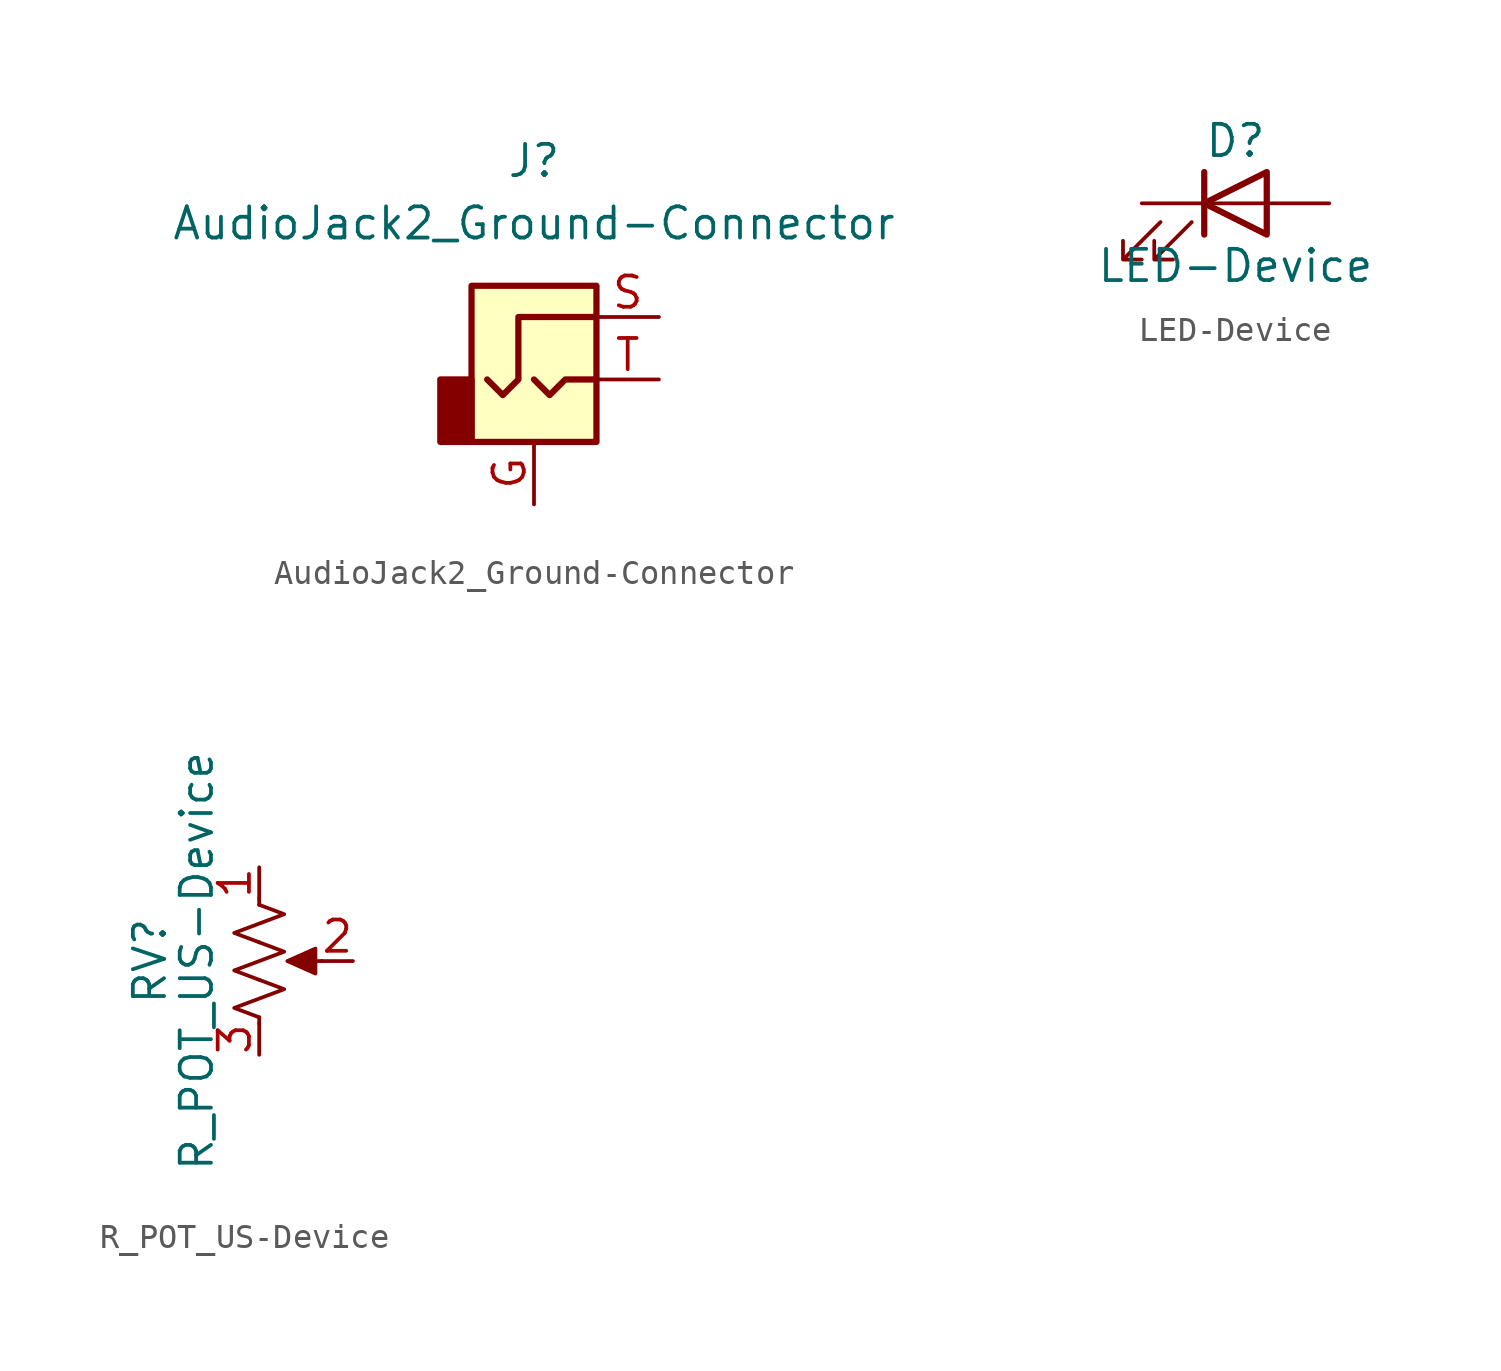
<source format=kicad_sym>
(kicad_symbol_lib
  (version 20220914)
  (generator kicad_symbol_editor)
  (symbol "AudioJack2_Ground-Connector"
    (property "Reference" "J"
      (at 0 8.89 0)
      (effects (font (size 1.27 1.27))))
    (property "Value" "AudioJack2_Ground-Connector"
      (at 0 6.35 0)
      (effects (font (size 1.27 1.27))))
    (symbol "AudioJack2_Ground-Connector_0_1"
      (rectangle (start -2.54 -2.54) (end -3.81 0) (stroke (width 0.254) (type solid)) (fill (type outline)))
      (polyline (pts (xy 0 0) (xy 0.635 -0.635) (xy 1.27 0) (xy 2.54 0)) (stroke (width 0.254) (type solid)) (fill (type none)))
      (polyline (pts (xy 2.54 2.54) (xy -0.635 2.54) (xy -0.635 0) (xy -1.27 -0.635) (xy -1.905 0)) (stroke (width 0.254) (type solid)) (fill (type none)))
      (rectangle (start 2.54 3.81) (end -2.54 -2.54) (stroke (width 0.254) (type solid)) (fill (type background))))
    (symbol "AudioJack2_Ground-Connector_1_1"
      (pin passive line (at 0 -5.08 90) (length 2.54) (name "~" (effects (font (size 1.27 1.27)))) (number "G" (effects (font (size 1.27 1.27)))))
      (pin passive line (at 5.08 2.54 180) (length 2.54) (name "~" (effects (font (size 1.27 1.27)))) (number "S" (effects (font (size 1.27 1.27)))))
      (pin passive line (at 5.08 0 180) (length 2.54) (name "~" (effects (font (size 1.27 1.27)))) (number "T" (effects (font (size 1.27 1.27)))))))
  (symbol "LED-Device"
    (pin_numbers hide)
    (pin_names
      (offset 1.016) hide)
    (property "Reference" "D"
      (at 0 2.54 0)
      (effects (font (size 1.27 1.27))))
    (property "Value" "LED-Device"
      (at 0 -2.54 0)
      (effects (font (size 1.27 1.27))))
    (symbol "LED-Device_0_1"
      (polyline (pts (xy -1.27 -1.27) (xy -1.27 1.27)) (stroke (width 0.254) (type solid)) (fill (type none)))
      (polyline (pts (xy -1.27 0) (xy 1.27 0)) (stroke (width 0) (type solid)) (fill (type none)))
      (polyline (pts (xy 1.27 -1.27) (xy 1.27 1.27) (xy -1.27 0) (xy 1.27 -1.27)) (stroke (width 0.254) (type solid)) (fill (type none)))
      (polyline (pts (xy -3.048 -0.762) (xy -4.572 -2.286) (xy -3.81 -2.286) (xy -4.572 -2.286) (xy -4.572 -1.524)) (stroke (width 0) (type solid)) (fill (type none)))
      (polyline (pts (xy -1.778 -0.762) (xy -3.302 -2.286) (xy -2.54 -2.286) (xy -3.302 -2.286) (xy -3.302 -1.524)) (stroke (width 0) (type solid)) (fill (type none))))
    (symbol "LED-Device_1_1"
      (pin passive line (at -3.81 0 0) (length 2.54) (name "K" (effects (font (size 1.27 1.27)))) (number "1" (effects (font (size 1.27 1.27)))))
      (pin passive line (at 3.81 0 180) (length 2.54) (name "A" (effects (font (size 1.27 1.27)))) (number "2" (effects (font (size 1.27 1.27)))))))
  (symbol "R_POT_US-Device"
    (pin_names
      (offset 1.016) hide)
    (property "Reference" "RV"
      (at -4.445 0 90)
      (effects (font (size 1.27 1.27))))
    (property "Value" "R_POT_US-Device"
      (at -2.54 0 90)
      (effects (font (size 1.27 1.27))))
    (symbol "R_POT_US-Device_0_1"
      (polyline (pts (xy 0 -2.286) (xy 0 -2.54)) (stroke (width 0) (type solid)) (fill (type none)))
      (polyline (pts (xy 0 2.54) (xy 0 2.286)) (stroke (width 0) (type solid)) (fill (type none)))
      (polyline (pts (xy 2.54 0) (xy 1.524 0)) (stroke (width 0) (type solid)) (fill (type none)))
      (polyline (pts (xy 1.143 0) (xy 2.286 0.508) (xy 2.286 -0.508) (xy 1.143 0)) (stroke (width 0) (type solid)) (fill (type outline)))
      (polyline (pts (xy 0 -0.762) (xy 1.016 -1.143) (xy 0 -1.524) (xy -1.016 -1.905) (xy 0 -2.286)) (stroke (width 0) (type solid)) (fill (type none)))
      (polyline (pts (xy 0 0.762) (xy 1.016 0.381) (xy 0 0) (xy -1.016 -0.381) (xy 0 -0.762)) (stroke (width 0) (type solid)) (fill (type none)))
      (polyline (pts (xy 0 2.286) (xy 1.016 1.905) (xy 0 1.524) (xy -1.016 1.143) (xy 0 0.762)) (stroke (width 0) (type solid)) (fill (type none))))
    (symbol "R_POT_US-Device_1_1"
      (pin passive line (at 0 3.81 270) (length 1.27) (name "1" (effects (font (size 1.27 1.27)))) (number "1" (effects (font (size 1.27 1.27)))))
      (pin passive line (at 3.81 0 180) (length 1.27) (name "2" (effects (font (size 1.27 1.27)))) (number "2" (effects (font (size 1.27 1.27)))))
      (pin passive line (at 0 -3.81 90) (length 1.27) (name "3" (effects (font (size 1.27 1.27)))) (number "3" (effects (font (size 1.27 1.27))))))))
</source>
